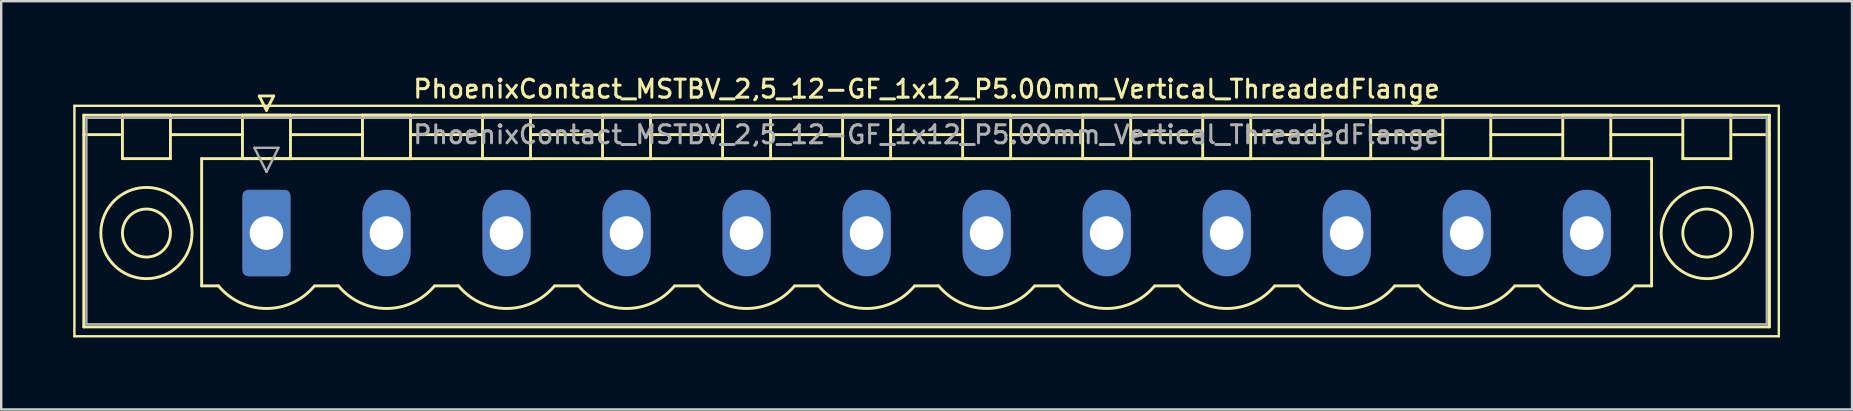
<source format=kicad_pcb>
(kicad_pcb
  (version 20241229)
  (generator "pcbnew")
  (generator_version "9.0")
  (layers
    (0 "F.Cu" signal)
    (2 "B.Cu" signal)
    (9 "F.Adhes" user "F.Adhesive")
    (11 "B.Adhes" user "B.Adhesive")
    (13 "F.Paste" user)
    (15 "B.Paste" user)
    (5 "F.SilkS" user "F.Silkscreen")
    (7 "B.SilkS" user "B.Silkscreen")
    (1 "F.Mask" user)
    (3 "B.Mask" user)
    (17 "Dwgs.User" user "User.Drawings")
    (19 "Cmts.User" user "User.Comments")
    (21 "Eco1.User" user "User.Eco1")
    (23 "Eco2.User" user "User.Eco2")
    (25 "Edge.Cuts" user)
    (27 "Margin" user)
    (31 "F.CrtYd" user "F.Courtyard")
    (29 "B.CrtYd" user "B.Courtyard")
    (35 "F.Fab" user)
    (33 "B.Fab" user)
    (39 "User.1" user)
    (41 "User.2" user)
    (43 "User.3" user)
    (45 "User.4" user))
  (footprint "PhoenixContact_MSTBV_2,5_12-GF_1x12_P5.00mm_Vertical_ThreadedFlange"
    (layer "F.Cu")
    (at 8.05 6.658)
    (property "Reference" "PhoenixContact_MSTBV_2,5_12-GF_1x12_P5.00mm_Vertical_ThreadedFlange" (at 27.5 -6 0) (layer "F.SilkS") (effects (font (size 0.75 0.75) (thickness 0.125))))
    (attr through_hole)
    (fp_line (start -8 -5.3) (end -8 4.3) (stroke (width 0.1) (type solid)) (layer "F.SilkS"))
    (fp_line (start -8 4.3) (end 63 4.3) (stroke (width 0.1) (type solid)) (layer "F.SilkS"))
    (fp_line (start -7.61 -4.91) (end -7.61 3.91) (stroke (width 0.12) (type solid)) (layer "F.SilkS"))
    (fp_line (start -7.61 -4.1) (end -6.11 -4.1) (stroke (width 0.12) (type solid)) (layer "F.SilkS"))
    (fp_line (start -7.61 3.91) (end 62.61 3.91) (stroke (width 0.12) (type solid)) (layer "F.SilkS"))
    (fp_line (start -6 -4.91) (end -4 -4.91) (stroke (width 0.12) (type solid)) (layer "F.SilkS"))
    (fp_line (start -6 -3.1) (end -6 -4.91) (stroke (width 0.12) (type solid)) (layer "F.SilkS"))
    (fp_line (start -4 -4.91) (end -4 -3.1) (stroke (width 0.12) (type solid)) (layer "F.SilkS"))
    (fp_line (start -4 -4.1) (end -1 -4.1) (stroke (width 0.12) (type solid)) (layer "F.SilkS"))
    (fp_line (start -4 -3.1) (end -6 -3.1) (stroke (width 0.12) (type solid)) (layer "F.SilkS"))
    (fp_line (start -2.7 -3.1) (end 57.7 -3.1) (stroke (width 0.12) (type solid)) (layer "F.SilkS"))
    (fp_line (start -2.7 2.2) (end -2.7 -3.1) (stroke (width 0.12) (type solid)) (layer "F.SilkS"))
    (fp_line (start -2 2.2) (end -2.7 2.2) (stroke (width 0.12) (type solid)) (layer "F.SilkS"))
    (fp_line (start -1 -4.91) (end 1 -4.91) (stroke (width 0.12) (type solid)) (layer "F.SilkS"))
    (fp_line (start -1 -3.1) (end -1 -4.91) (stroke (width 0.12) (type solid)) (layer "F.SilkS"))
    (fp_line (start -0.3 -5.71) (end 0.3 -5.71) (stroke (width 0.12) (type solid)) (layer "F.SilkS"))
    (fp_line (start 0 -5.11) (end -0.3 -5.71) (stroke (width 0.12) (type solid)) (layer "F.SilkS"))
    (fp_line (start 0.3 -5.71) (end 0 -5.11) (stroke (width 0.12) (type solid)) (layer "F.SilkS"))
    (fp_line (start 1 -4.91) (end 1 -3.1) (stroke (width 0.12) (type solid)) (layer "F.SilkS"))
    (fp_line (start 1 -4.1) (end 4 -4.1) (stroke (width 0.12) (type solid)) (layer "F.SilkS"))
    (fp_line (start 1 -3.1) (end -1 -3.1) (stroke (width 0.12) (type solid)) (layer "F.SilkS"))
    (fp_line (start 2 2.2) (end 3 2.2) (stroke (width 0.12) (type solid)) (layer "F.SilkS"))
    (fp_line (start 4 -4.91) (end 6 -4.91) (stroke (width 0.12) (type solid)) (layer "F.SilkS"))
    (fp_line (start 4 -3.1) (end 4 -4.91) (stroke (width 0.12) (type solid)) (layer "F.SilkS"))
    (fp_line (start 6 -4.91) (end 6 -3.1) (stroke (width 0.12) (type solid)) (layer "F.SilkS"))
    (fp_line (start 6 -4.1) (end 9 -4.1) (stroke (width 0.12) (type solid)) (layer "F.SilkS"))
    (fp_line (start 6 -3.1) (end 4 -3.1) (stroke (width 0.12) (type solid)) (layer "F.SilkS"))
    (fp_line (start 7 2.2) (end 8 2.2) (stroke (width 0.12) (type solid)) (layer "F.SilkS"))
    (fp_line (start 9 -4.91) (end 11 -4.91) (stroke (width 0.12) (type solid)) (layer "F.SilkS"))
    (fp_line (start 9 -3.1) (end 9 -4.91) (stroke (width 0.12) (type solid)) (layer "F.SilkS"))
    (fp_line (start 11 -4.91) (end 11 -3.1) (stroke (width 0.12) (type solid)) (layer "F.SilkS"))
    (fp_line (start 11 -4.1) (end 14 -4.1) (stroke (width 0.12) (type solid)) (layer "F.SilkS"))
    (fp_line (start 11 -3.1) (end 9 -3.1) (stroke (width 0.12) (type solid)) (layer "F.SilkS"))
    (fp_line (start 12 2.2) (end 13 2.2) (stroke (width 0.12) (type solid)) (layer "F.SilkS"))
    (fp_line (start 14 -4.91) (end 16 -4.91) (stroke (width 0.12) (type solid)) (layer "F.SilkS"))
    (fp_line (start 14 -3.1) (end 14 -4.91) (stroke (width 0.12) (type solid)) (layer "F.SilkS"))
    (fp_line (start 16 -4.91) (end 16 -3.1) (stroke (width 0.12) (type solid)) (layer "F.SilkS"))
    (fp_line (start 16 -4.1) (end 19 -4.1) (stroke (width 0.12) (type solid)) (layer "F.SilkS"))
    (fp_line (start 16 -3.1) (end 14 -3.1) (stroke (width 0.12) (type solid)) (layer "F.SilkS"))
    (fp_line (start 17 2.2) (end 18 2.2) (stroke (width 0.12) (type solid)) (layer "F.SilkS"))
    (fp_line (start 19 -4.91) (end 21 -4.91) (stroke (width 0.12) (type solid)) (layer "F.SilkS"))
    (fp_line (start 19 -3.1) (end 19 -4.91) (stroke (width 0.12) (type solid)) (layer "F.SilkS"))
    (fp_line (start 21 -4.91) (end 21 -3.1) (stroke (width 0.12) (type solid)) (layer "F.SilkS"))
    (fp_line (start 21 -4.1) (end 24 -4.1) (stroke (width 0.12) (type solid)) (layer "F.SilkS"))
    (fp_line (start 21 -3.1) (end 19 -3.1) (stroke (width 0.12) (type solid)) (layer "F.SilkS"))
    (fp_line (start 22 2.2) (end 23 2.2) (stroke (width 0.12) (type solid)) (layer "F.SilkS"))
    (fp_line (start 24 -4.91) (end 26 -4.91) (stroke (width 0.12) (type solid)) (layer "F.SilkS"))
    (fp_line (start 24 -3.1) (end 24 -4.91) (stroke (width 0.12) (type solid)) (layer "F.SilkS"))
    (fp_line (start 26 -4.91) (end 26 -3.1) (stroke (width 0.12) (type solid)) (layer "F.SilkS"))
    (fp_line (start 26 -4.1) (end 29 -4.1) (stroke (width 0.12) (type solid)) (layer "F.SilkS"))
    (fp_line (start 26 -3.1) (end 24 -3.1) (stroke (width 0.12) (type solid)) (layer "F.SilkS"))
    (fp_line (start 27 2.2) (end 28 2.2) (stroke (width 0.12) (type solid)) (layer "F.SilkS"))
    (fp_line (start 29 -4.91) (end 31 -4.91) (stroke (width 0.12) (type solid)) (layer "F.SilkS"))
    (fp_line (start 29 -3.1) (end 29 -4.91) (stroke (width 0.12) (type solid)) (layer "F.SilkS"))
    (fp_line (start 31 -4.91) (end 31 -3.1) (stroke (width 0.12) (type solid)) (layer "F.SilkS"))
    (fp_line (start 31 -4.1) (end 34 -4.1) (stroke (width 0.12) (type solid)) (layer "F.SilkS"))
    (fp_line (start 31 -3.1) (end 29 -3.1) (stroke (width 0.12) (type solid)) (layer "F.SilkS"))
    (fp_line (start 32 2.2) (end 33 2.2) (stroke (width 0.12) (type solid)) (layer "F.SilkS"))
    (fp_line (start 34 -4.91) (end 36 -4.91) (stroke (width 0.12) (type solid)) (layer "F.SilkS"))
    (fp_line (start 34 -3.1) (end 34 -4.91) (stroke (width 0.12) (type solid)) (layer "F.SilkS"))
    (fp_line (start 36 -4.91) (end 36 -3.1) (stroke (width 0.12) (type solid)) (layer "F.SilkS"))
    (fp_line (start 36 -4.1) (end 39 -4.1) (stroke (width 0.12) (type solid)) (layer "F.SilkS"))
    (fp_line (start 36 -3.1) (end 34 -3.1) (stroke (width 0.12) (type solid)) (layer "F.SilkS"))
    (fp_line (start 37 2.2) (end 38 2.2) (stroke (width 0.12) (type solid)) (layer "F.SilkS"))
    (fp_line (start 39 -4.91) (end 41 -4.91) (stroke (width 0.12) (type solid)) (layer "F.SilkS"))
    (fp_line (start 39 -3.1) (end 39 -4.91) (stroke (width 0.12) (type solid)) (layer "F.SilkS"))
    (fp_line (start 41 -4.91) (end 41 -3.1) (stroke (width 0.12) (type solid)) (layer "F.SilkS"))
    (fp_line (start 41 -4.1) (end 44 -4.1) (stroke (width 0.12) (type solid)) (layer "F.SilkS"))
    (fp_line (start 41 -3.1) (end 39 -3.1) (stroke (width 0.12) (type solid)) (layer "F.SilkS"))
    (fp_line (start 42 2.2) (end 43 2.2) (stroke (width 0.12) (type solid)) (layer "F.SilkS"))
    (fp_line (start 44 -4.91) (end 46 -4.91) (stroke (width 0.12) (type solid)) (layer "F.SilkS"))
    (fp_line (start 44 -3.1) (end 44 -4.91) (stroke (width 0.12) (type solid)) (layer "F.SilkS"))
    (fp_line (start 46 -4.91) (end 46 -3.1) (stroke (width 0.12) (type solid)) (layer "F.SilkS"))
    (fp_line (start 46 -4.1) (end 49 -4.1) (stroke (width 0.12) (type solid)) (layer "F.SilkS"))
    (fp_line (start 46 -3.1) (end 44 -3.1) (stroke (width 0.12) (type solid)) (layer "F.SilkS"))
    (fp_line (start 47 2.2) (end 48 2.2) (stroke (width 0.12) (type solid)) (layer "F.SilkS"))
    (fp_line (start 49 -4.91) (end 51 -4.91) (stroke (width 0.12) (type solid)) (layer "F.SilkS"))
    (fp_line (start 49 -3.1) (end 49 -4.91) (stroke (width 0.12) (type solid)) (layer "F.SilkS"))
    (fp_line (start 51 -4.91) (end 51 -3.1) (stroke (width 0.12) (type solid)) (layer "F.SilkS"))
    (fp_line (start 51 -4.1) (end 54 -4.1) (stroke (width 0.12) (type solid)) (layer "F.SilkS"))
    (fp_line (start 51 -3.1) (end 49 -3.1) (stroke (width 0.12) (type solid)) (layer "F.SilkS"))
    (fp_line (start 52 2.2) (end 53 2.2) (stroke (width 0.12) (type solid)) (layer "F.SilkS"))
    (fp_line (start 54 -4.91) (end 56 -4.91) (stroke (width 0.12) (type solid)) (layer "F.SilkS"))
    (fp_line (start 54 -3.1) (end 54 -4.91) (stroke (width 0.12) (type solid)) (layer "F.SilkS"))
    (fp_line (start 56 -4.91) (end 56 -3.1) (stroke (width 0.12) (type solid)) (layer "F.SilkS"))
    (fp_line (start 56 -4.1) (end 59 -4.1) (stroke (width 0.12) (type solid)) (layer "F.SilkS"))
    (fp_line (start 56 -3.1) (end 54 -3.1) (stroke (width 0.12) (type solid)) (layer "F.SilkS"))
    (fp_line (start 57.7 -3.1) (end 57.7 2.2) (stroke (width 0.12) (type solid)) (layer "F.SilkS"))
    (fp_line (start 57.7 2.2) (end 57 2.2) (stroke (width 0.12) (type solid)) (layer "F.SilkS"))
    (fp_line (start 59 -4.91) (end 61 -4.91) (stroke (width 0.12) (type solid)) (layer "F.SilkS"))
    (fp_line (start 59 -3.1) (end 59 -4.91) (stroke (width 0.12) (type solid)) (layer "F.SilkS"))
    (fp_line (start 61 -4.91) (end 61 -3.1) (stroke (width 0.12) (type solid)) (layer "F.SilkS"))
    (fp_line (start 61 -3.1) (end 59 -3.1) (stroke (width 0.12) (type solid)) (layer "F.SilkS"))
    (fp_line (start 62.61 -4.91) (end -7.61 -4.91) (stroke (width 0.12) (type solid)) (layer "F.SilkS"))
    (fp_line (start 62.61 -4.1) (end 61.11 -4.1) (stroke (width 0.12) (type solid)) (layer "F.SilkS"))
    (fp_line (start 62.61 3.91) (end 62.61 -4.91) (stroke (width 0.12) (type solid)) (layer "F.SilkS"))
    (fp_line (start 63 -5.3) (end -8 -5.3) (stroke (width 0.1) (type solid)) (layer "F.SilkS"))
    (fp_line (start 63 4.3) (end 63 -5.3) (stroke (width 0.1) (type solid)) (layer "F.SilkS"))
    (fp_arc (start 1.986842 2.215821) (mid -0.010289 3.142758) (end -2 2.2) (stroke (width 0.12) (type solid)) (layer "F.SilkS"))
    (fp_arc (start 6.986842 2.215821) (mid 4.989711 3.142758) (end 3 2.2) (stroke (width 0.12) (type solid)) (layer "F.SilkS"))
    (fp_arc (start 11.986842 2.215821) (mid 9.989711 3.142758) (end 8 2.2) (stroke (width 0.12) (type solid)) (layer "F.SilkS"))
    (fp_arc (start 16.986842 2.215821) (mid 14.989711 3.142758) (end 13 2.2) (stroke (width 0.12) (type solid)) (layer "F.SilkS"))
    (fp_arc (start 21.986842 2.215821) (mid 19.989711 3.142758) (end 18 2.2) (stroke (width 0.12) (type solid)) (layer "F.SilkS"))
    (fp_arc (start 26.986842 2.215821) (mid 24.989711 3.142758) (end 23 2.2) (stroke (width 0.12) (type solid)) (layer "F.SilkS"))
    (fp_arc (start 31.986842 2.215821) (mid 29.989711 3.142758) (end 28 2.2) (stroke (width 0.12) (type solid)) (layer "F.SilkS"))
    (fp_arc (start 36.986842 2.215821) (mid 34.989711 3.142758) (end 33 2.2) (stroke (width 0.12) (type solid)) (layer "F.SilkS"))
    (fp_arc (start 41.986842 2.215821) (mid 39.989711 3.142758) (end 38 2.2) (stroke (width 0.12) (type solid)) (layer "F.SilkS"))
    (fp_arc (start 46.986842 2.215821) (mid 44.989711 3.142758) (end 43 2.2) (stroke (width 0.12) (type solid)) (layer "F.SilkS"))
    (fp_arc (start 51.986842 2.215821) (mid 49.989711 3.142758) (end 48 2.2) (stroke (width 0.12) (type solid)) (layer "F.SilkS"))
    (fp_arc (start 56.986842 2.215821) (mid 54.989711 3.142758) (end 53 2.2) (stroke (width 0.12) (type solid)) (layer "F.SilkS"))
    (fp_circle (center -5 0) (end -4 0) (stroke (width 0.12) (type solid)) (fill no) (layer "F.SilkS"))
    (fp_circle (center -5 0) (end -3.1 0) (stroke (width 0.12) (type solid)) (fill no) (layer "F.SilkS"))
    (fp_circle (center 60 0) (end 61 0) (stroke (width 0.12) (type solid)) (fill no) (layer "F.SilkS"))
    (fp_circle (center 60 0) (end 61.9 0) (stroke (width 0.12) (type solid)) (fill no) (layer "F.SilkS"))
    (fp_line (start -7.5 -4.8) (end -7.5 3.8) (stroke (width 0.1) (type solid)) (layer "F.Fab"))
    (fp_line (start -7.5 3.8) (end 62.5 3.8) (stroke (width 0.1) (type solid)) (layer "F.Fab"))
    (fp_line (start -0.5 -3.55) (end 0.5 -3.55) (stroke (width 0.1) (type solid)) (layer "F.Fab"))
    (fp_line (start 0 -2.55) (end -0.5 -3.55) (stroke (width 0.1) (type solid)) (layer "F.Fab"))
    (fp_line (start 0.5 -3.55) (end 0 -2.55) (stroke (width 0.1) (type solid)) (layer "F.Fab"))
    (fp_line (start 62.5 -4.8) (end -7.5 -4.8) (stroke (width 0.1) (type solid)) (layer "F.Fab"))
    (fp_line (start 62.5 3.8) (end 62.5 -4.8) (stroke (width 0.1) (type solid)) (layer "F.Fab"))
    (fp_text user "${REFERENCE}" (at 27.5 -4.1 0) (layer "F.Fab") (effects (font (size 0.75 0.75) (thickness 0.125))))
    (pad "1" thru_hole roundrect (at 0 0) (size 2 3.6) (drill 1.4) (layers "*.Cu" "*.Mask") (roundrect_rratio 0.125))
    (pad "2" thru_hole oval (at 5 0) (size 2 3.6) (drill 1.4) (layers "*.Cu" "*.Mask"))
    (pad "3" thru_hole oval (at 10 0) (size 2 3.6) (drill 1.4) (layers "*.Cu" "*.Mask"))
    (pad "4" thru_hole oval (at 15 0) (size 2 3.6) (drill 1.4) (layers "*.Cu" "*.Mask"))
    (pad "5" thru_hole oval (at 20 0) (size 2 3.6) (drill 1.4) (layers "*.Cu" "*.Mask"))
    (pad "6" thru_hole oval (at 25 0) (size 2 3.6) (drill 1.4) (layers "*.Cu" "*.Mask"))
    (pad "7" thru_hole oval (at 30 0) (size 2 3.6) (drill 1.4) (layers "*.Cu" "*.Mask"))
    (pad "8" thru_hole oval (at 35 0) (size 2 3.6) (drill 1.4) (layers "*.Cu" "*.Mask"))
    (pad "9" thru_hole oval (at 40 0) (size 2 3.6) (drill 1.4) (layers "*.Cu" "*.Mask"))
    (pad "10" thru_hole oval (at 45 0) (size 2 3.6) (drill 1.4) (layers "*.Cu" "*.Mask"))
    (pad "11" thru_hole oval (at 50 0) (size 2 3.6) (drill 1.4) (layers "*.Cu" "*.Mask"))
    (pad "12" thru_hole oval (at 55 0) (size 2 3.6) (drill 1.4) (layers "*.Cu" "*.Mask")))
  (gr_rect
    (start -3 -3)
    (end 74.1 14.008)
    (stroke (width 0.1) (type default))
    (fill no)
    (layer "Edge.Cuts")))
</source>
